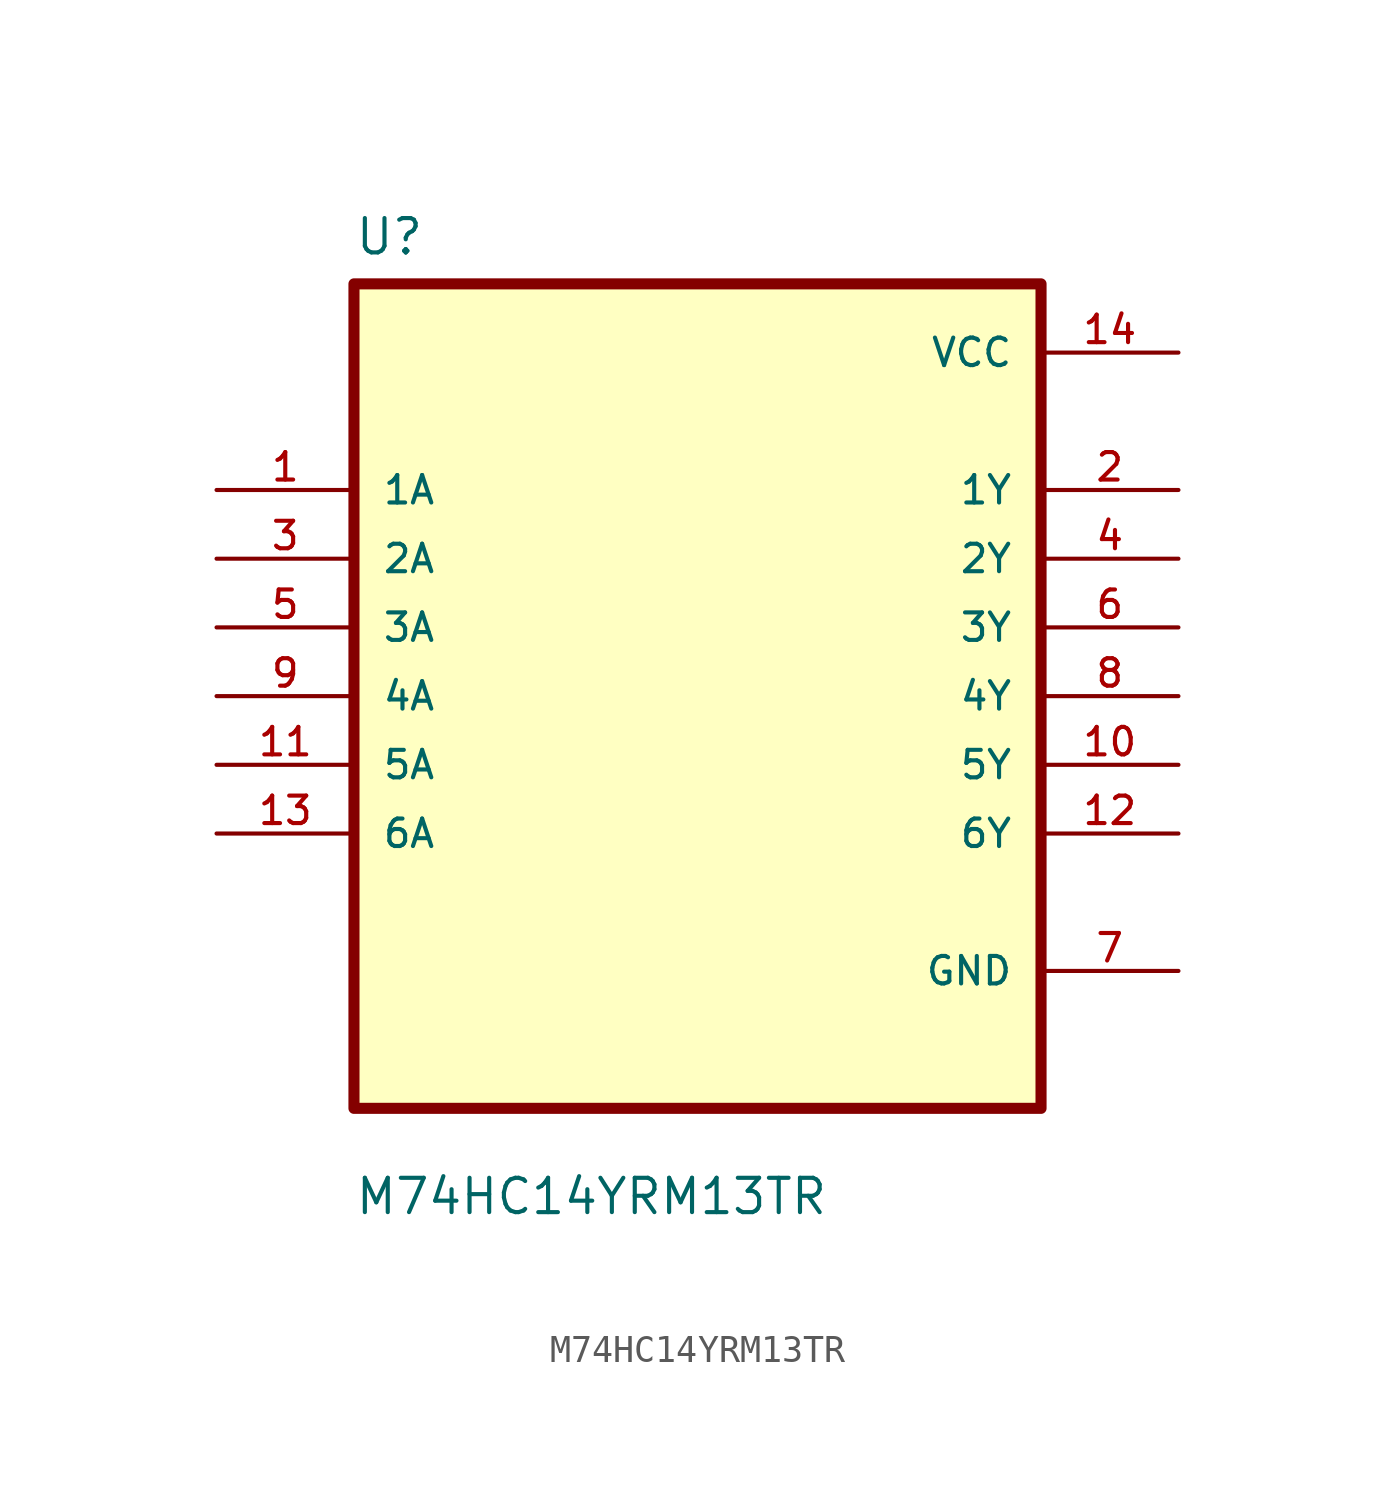
<source format=kicad_sym>
(kicad_symbol_lib
  (version 20211014)
  (generator kicad_symbol_editor)
  (symbol "M74HC14YRM13TR"
    (pin_names
      (offset 1.016))
    (property "Reference" "U"
      (at -12.7 16.24 0.0)
      (effects (font (size 1.27 1.27)) (justify bottom left)))
    (property "Value" "M74HC14YRM13TR"
      (at -12.7 -19.24 0.0)
      (effects (font (size 1.27 1.27)) (justify bottom left)))
    (symbol "M74HC14YRM13TR_0_0"
      (rectangle (start -12.7 -15.24) (end 12.7 15.24) (stroke (width 0.41)) (fill (type background)))
      (pin input line (at -17.78 7.62 0) (length 5.08) (name "1A" (effects (font (size 1.016 1.016)))) (number "1" (effects (font (size 1.016 1.016)))))
      (pin input line (at -17.78 5.08 0) (length 5.08) (name "2A" (effects (font (size 1.016 1.016)))) (number "3" (effects (font (size 1.016 1.016)))))
      (pin input line (at -17.78 2.54 0) (length 5.08) (name "3A" (effects (font (size 1.016 1.016)))) (number "5" (effects (font (size 1.016 1.016)))))
      (pin input line (at -17.78 0.0 0) (length 5.08) (name "4A" (effects (font (size 1.016 1.016)))) (number "9" (effects (font (size 1.016 1.016)))))
      (pin input line (at -17.78 -2.54 0) (length 5.08) (name "5A" (effects (font (size 1.016 1.016)))) (number "11" (effects (font (size 1.016 1.016)))))
      (pin input line (at -17.78 -5.08 0) (length 5.08) (name "6A" (effects (font (size 1.016 1.016)))) (number "13" (effects (font (size 1.016 1.016)))))
      (pin power_in line (at 17.78 12.7 180.0) (length 5.08) (name "VCC" (effects (font (size 1.016 1.016)))) (number "14" (effects (font (size 1.016 1.016)))))
      (pin output line (at 17.78 7.62 180.0) (length 5.08) (name "1Y" (effects (font (size 1.016 1.016)))) (number "2" (effects (font (size 1.016 1.016)))))
      (pin output line (at 17.78 5.08 180.0) (length 5.08) (name "2Y" (effects (font (size 1.016 1.016)))) (number "4" (effects (font (size 1.016 1.016)))))
      (pin output line (at 17.78 2.54 180.0) (length 5.08) (name "3Y" (effects (font (size 1.016 1.016)))) (number "6" (effects (font (size 1.016 1.016)))))
      (pin output line (at 17.78 -8.881784197e-16 180.0) (length 5.08) (name "4Y" (effects (font (size 1.016 1.016)))) (number "8" (effects (font (size 1.016 1.016)))))
      (pin output line (at 17.78 -2.54 180.0) (length 5.08) (name "5Y" (effects (font (size 1.016 1.016)))) (number "10" (effects (font (size 1.016 1.016)))))
      (pin output line (at 17.78 -5.08 180.0) (length 5.08) (name "6Y" (effects (font (size 1.016 1.016)))) (number "12" (effects (font (size 1.016 1.016)))))
      (pin power_in line (at 17.78 -10.16 180.0) (length 5.08) (name "GND" (effects (font (size 1.016 1.016)))) (number "7" (effects (font (size 1.016 1.016))))))))
</source>
